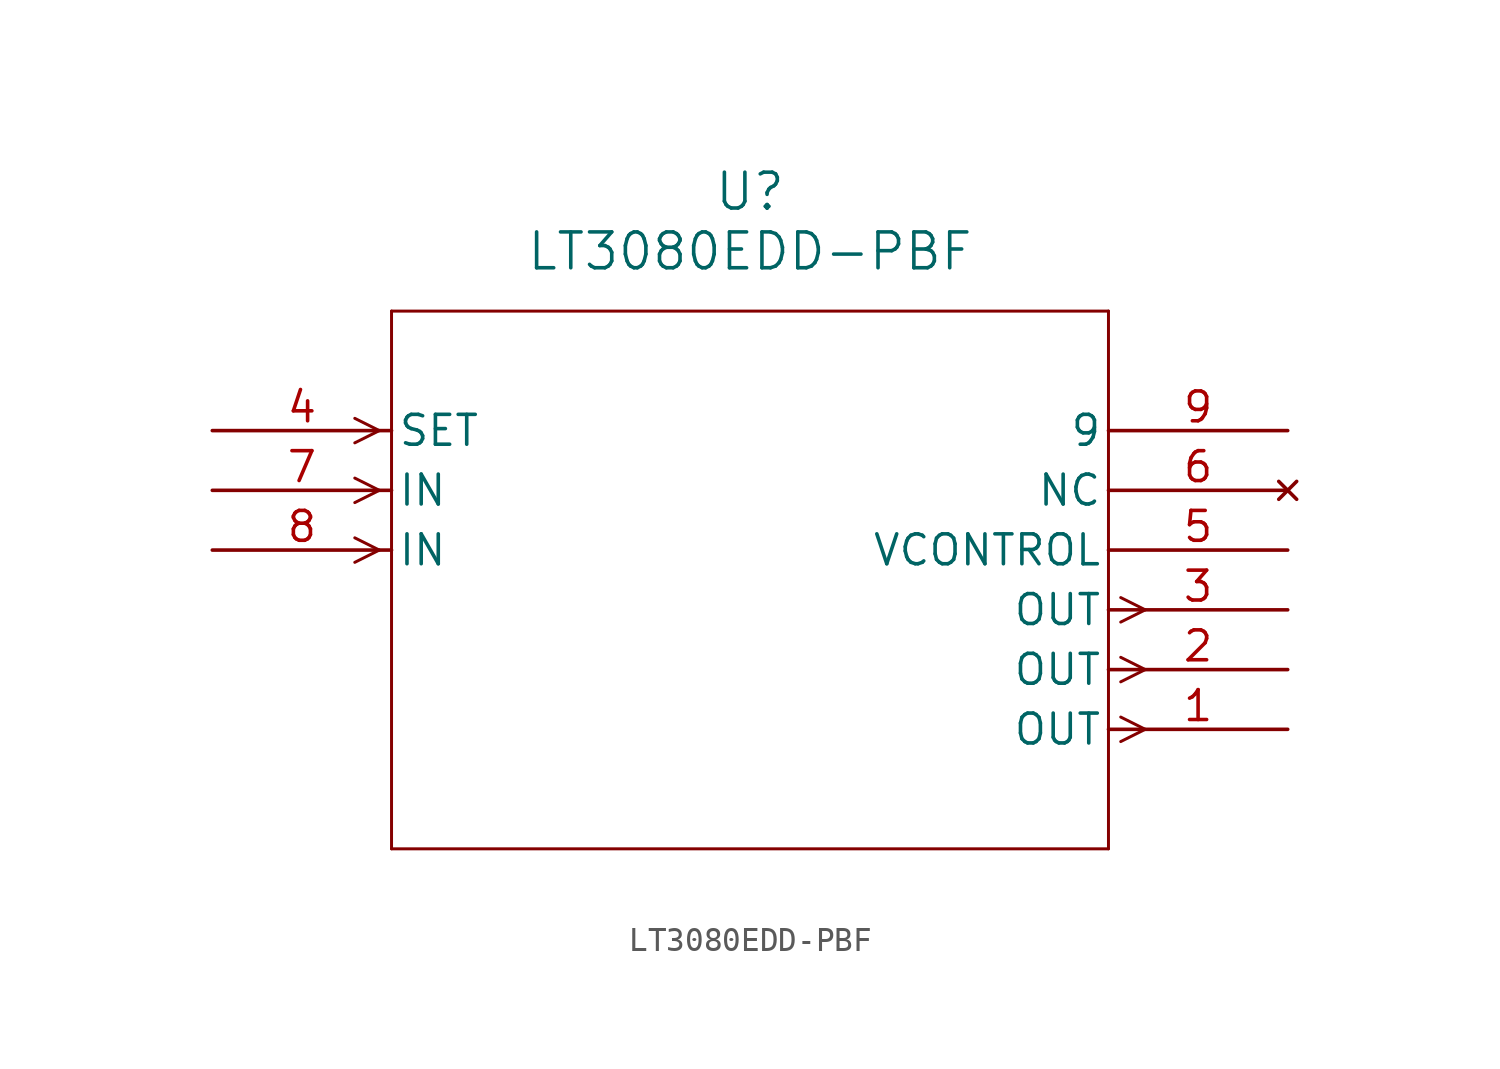
<source format=kicad_sym>
(kicad_symbol_lib
  (version 20211014)
  (generator kicad_symbol_editor)
  (symbol "LT3080EDD-PBF"
    (pin_names
      (offset 0.254))
    (property "Reference" "U"
      (at 22.86 10.16 0)
      (effects (font (size 1.524 1.524))))
    (property "Value" "LT3080EDD-PBF"
      (at 22.86 7.62 0)
      (effects (font (size 1.524 1.524))))
    (symbol "LT3080EDD-PBF_0_1"
      (polyline (pts (xy 7.099 0) (xy 6.058 0.521)) (stroke (width 0.127) (type default) (color 0 0 0 0)) (fill (type none)))
      (polyline (pts (xy 7.099 0) (xy 6.058 -0.521)) (stroke (width 0.127) (type default) (color 0 0 0 0)) (fill (type none)))
      (polyline (pts (xy 7.099 -2.54) (xy 6.058 -2.019)) (stroke (width 0.127) (type default) (color 0 0 0 0)) (fill (type none)))
      (polyline (pts (xy 7.099 -2.54) (xy 6.058 -3.061)) (stroke (width 0.127) (type default) (color 0 0 0 0)) (fill (type none)))
      (polyline (pts (xy 7.099 -5.08) (xy 6.058 -4.559)) (stroke (width 0.127) (type default) (color 0 0 0 0)) (fill (type none)))
      (polyline (pts (xy 7.099 -5.08) (xy 6.058 -5.601)) (stroke (width 0.127) (type default) (color 0 0 0 0)) (fill (type none)))
      (polyline (pts (xy 38.621 -12.179) (xy 39.662 -12.7)) (stroke (width 0.127) (type default) (color 0 0 0 0)) (fill (type none)))
      (polyline (pts (xy 38.621 -13.221) (xy 39.662 -12.7)) (stroke (width 0.127) (type default) (color 0 0 0 0)) (fill (type none)))
      (polyline (pts (xy 38.621 -9.639) (xy 39.662 -10.16)) (stroke (width 0.127) (type default) (color 0 0 0 0)) (fill (type none)))
      (polyline (pts (xy 38.621 -10.681) (xy 39.662 -10.16)) (stroke (width 0.127) (type default) (color 0 0 0 0)) (fill (type none)))
      (polyline (pts (xy 38.621 -7.099) (xy 39.662 -7.62)) (stroke (width 0.127) (type default) (color 0 0 0 0)) (fill (type none)))
      (polyline (pts (xy 38.621 -8.141) (xy 39.662 -7.62)) (stroke (width 0.127) (type default) (color 0 0 0 0)) (fill (type none)))
      (polyline (pts (xy 7.62 5.08) (xy 7.62 -17.78)) (stroke (width 0.127) (type default) (color 0 0 0 0)) (fill (type none)))
      (polyline (pts (xy 7.62 -17.78) (xy 38.1 -17.78)) (stroke (width 0.127) (type default) (color 0 0 0 0)) (fill (type none)))
      (polyline (pts (xy 38.1 -17.78) (xy 38.1 5.08)) (stroke (width 0.127) (type default) (color 0 0 0 0)) (fill (type none)))
      (polyline (pts (xy 38.1 5.08) (xy 7.62 5.08)) (stroke (width 0.127) (type default) (color 0 0 0 0)) (fill (type none)))
      (pin output line (at 45.72 -12.7 180) (length 7.62) (name "OUT" (effects (font (size 1.27 1.27)))) (number "1" (effects (font (size 1.27 1.27)))))
      (pin output line (at 45.72 -10.16 180) (length 7.62) (name "OUT" (effects (font (size 1.27 1.27)))) (number "2" (effects (font (size 1.27 1.27)))))
      (pin output line (at 45.72 -7.62 180) (length 7.62) (name "OUT" (effects (font (size 1.27 1.27)))) (number "3" (effects (font (size 1.27 1.27)))))
      (pin input line (at 0 0 0) (length 7.62) (name "SET" (effects (font (size 1.27 1.27)))) (number "4" (effects (font (size 1.27 1.27)))))
      (pin power_in line (at 45.72 -5.08 180) (length 7.62) (name "VCONTROL" (effects (font (size 1.27 1.27)))) (number "5" (effects (font (size 1.27 1.27)))))
      (pin no_connect line (at 45.72 -2.54 180) (length 7.62) (name "NC" (effects (font (size 1.27 1.27)))) (number "6" (effects (font (size 1.27 1.27)))))
      (pin input line (at 0 -2.54 0) (length 7.62) (name "IN" (effects (font (size 1.27 1.27)))) (number "7" (effects (font (size 1.27 1.27)))))
      (pin input line (at 0 -5.08 0) (length 7.62) (name "IN" (effects (font (size 1.27 1.27)))) (number "8" (effects (font (size 1.27 1.27)))))
      (pin unspecified line (at 45.72 0 180) (length 7.62) (name "9" (effects (font (size 1.27 1.27)))) (number "9" (effects (font (size 1.27 1.27))))))))
</source>
